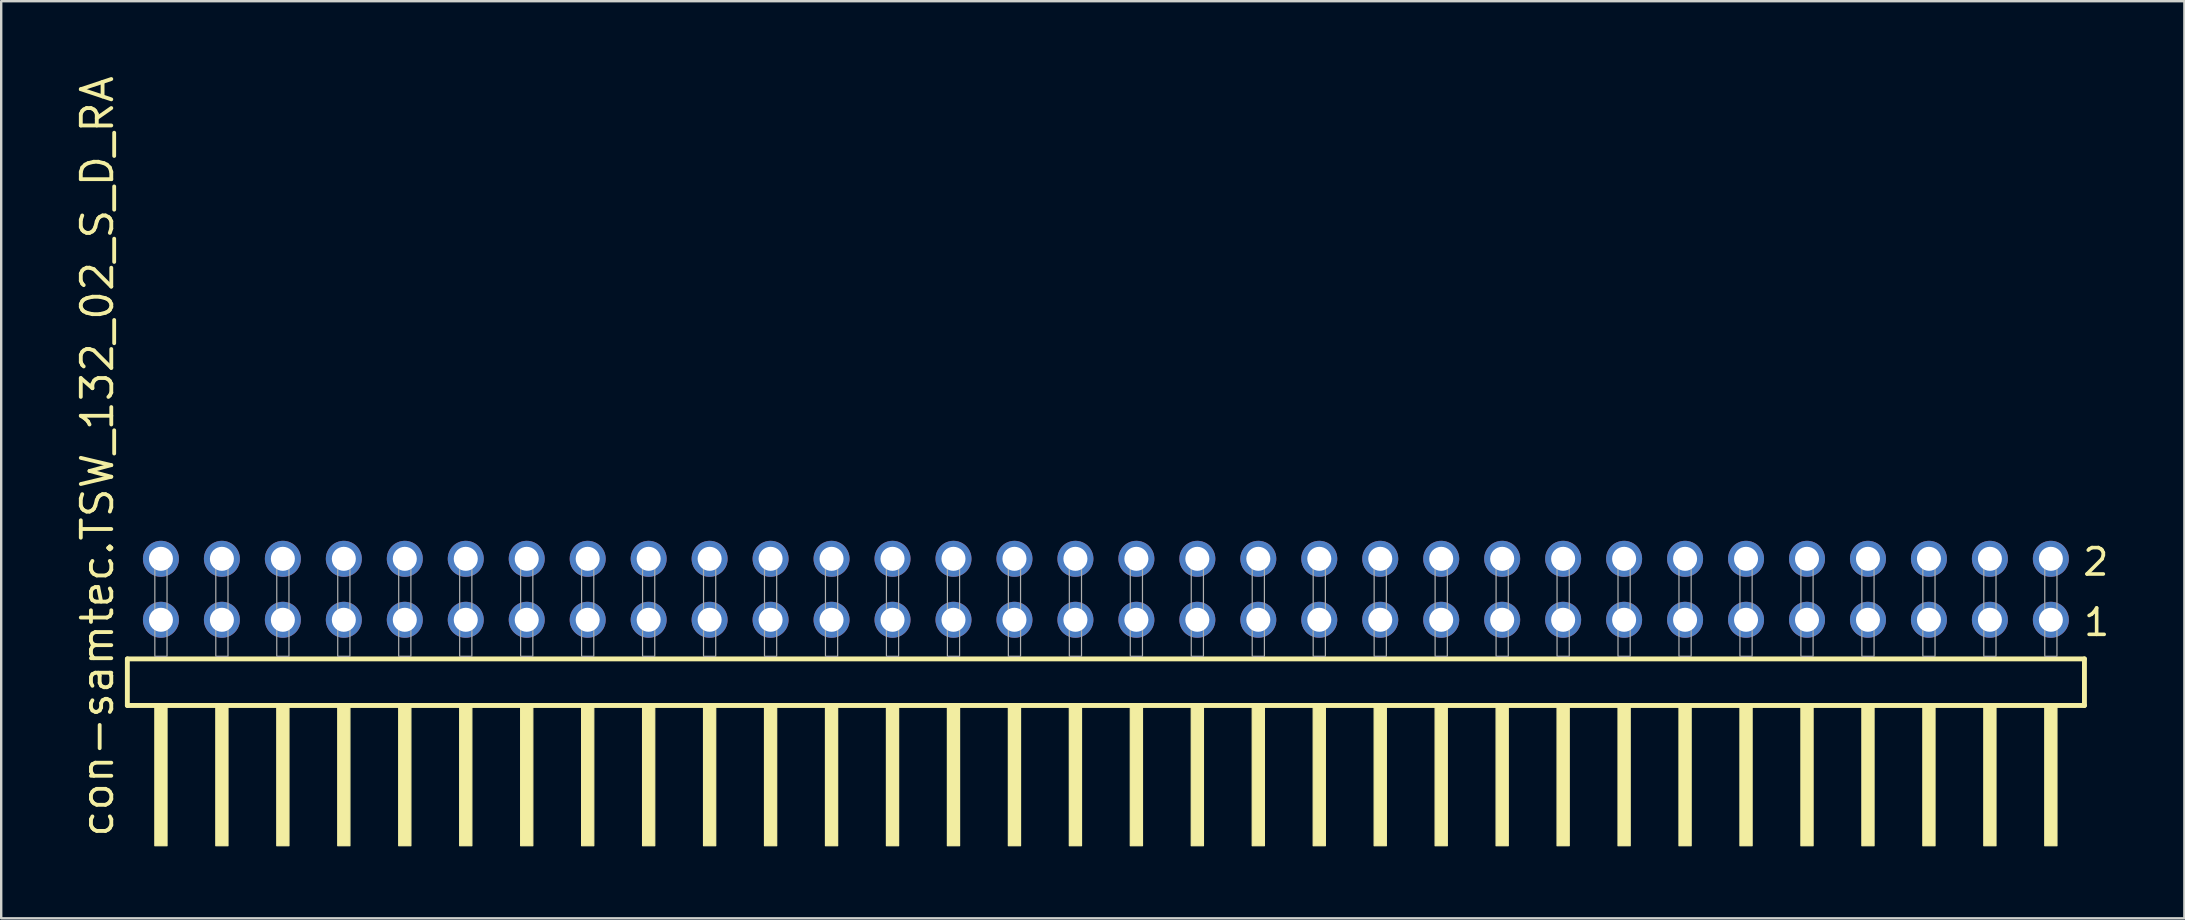
<source format=kicad_pcb>
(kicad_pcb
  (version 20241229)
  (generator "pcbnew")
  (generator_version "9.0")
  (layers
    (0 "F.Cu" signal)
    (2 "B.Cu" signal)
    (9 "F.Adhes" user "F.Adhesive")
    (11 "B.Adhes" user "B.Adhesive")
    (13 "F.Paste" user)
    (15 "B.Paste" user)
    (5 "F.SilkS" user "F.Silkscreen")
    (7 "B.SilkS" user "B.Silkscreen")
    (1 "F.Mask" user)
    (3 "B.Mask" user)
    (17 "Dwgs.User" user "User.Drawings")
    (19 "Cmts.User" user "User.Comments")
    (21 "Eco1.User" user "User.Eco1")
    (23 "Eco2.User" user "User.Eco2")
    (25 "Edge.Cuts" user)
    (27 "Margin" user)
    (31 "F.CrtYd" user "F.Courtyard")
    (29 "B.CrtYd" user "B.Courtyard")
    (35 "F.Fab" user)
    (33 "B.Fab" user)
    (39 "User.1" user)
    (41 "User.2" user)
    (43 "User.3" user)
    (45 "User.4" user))
  (footprint "con-samtec.TSW_132_02_S_D_RA"
    (layer "F.Cu")
    (at 43.025 24.296)
    (property "Reference" "con-samtec.TSW_132_02_S_D_RA" (at -41.275 7.62 90) (layer "F.SilkS") (effects (font (size 1.27 1.27) (thickness 0.16)) (justify left bottom)))
    (attr through_hole)
    (fp_line (start -40.769 0.106) (end -40.769 2.046) (stroke (width 0.203) (type default)) (layer "F.SilkS"))
    (fp_line (start -40.769 2.046) (end 40.769 2.046) (stroke (width 0.203) (type default)) (layer "F.SilkS"))
    (fp_line (start 40.769 0.106) (end -40.769 0.106) (stroke (width 0.203) (type default)) (layer "F.SilkS"))
    (fp_line (start 40.769 2.046) (end 40.769 0.106) (stroke (width 0.203) (type default)) (layer "F.SilkS"))
    (fp_rect (start -39.624 7.89) (end -39.116 2.04) (stroke (width 0.05) (type default)) (fill yes) (layer "F.SilkS"))
    (fp_rect (start -37.084 7.89) (end -36.576 2.04) (stroke (width 0.05) (type default)) (fill yes) (layer "F.SilkS"))
    (fp_rect (start -34.544 7.89) (end -34.036 2.04) (stroke (width 0.05) (type default)) (fill yes) (layer "F.SilkS"))
    (fp_rect (start -32.004 7.89) (end -31.496 2.04) (stroke (width 0.05) (type default)) (fill yes) (layer "F.SilkS"))
    (fp_rect (start -29.464 7.89) (end -28.956 2.04) (stroke (width 0.05) (type default)) (fill yes) (layer "F.SilkS"))
    (fp_rect (start -26.924 7.89) (end -26.416 2.04) (stroke (width 0.05) (type default)) (fill yes) (layer "F.SilkS"))
    (fp_rect (start -24.384 7.89) (end -23.876 2.04) (stroke (width 0.05) (type default)) (fill yes) (layer "F.SilkS"))
    (fp_rect (start -21.844 7.89) (end -21.336 2.04) (stroke (width 0.05) (type default)) (fill yes) (layer "F.SilkS"))
    (fp_rect (start -19.304 7.89) (end -18.796 2.04) (stroke (width 0.05) (type default)) (fill yes) (layer "F.SilkS"))
    (fp_rect (start -16.764 7.89) (end -16.256 2.04) (stroke (width 0.05) (type default)) (fill yes) (layer "F.SilkS"))
    (fp_rect (start -14.224 7.89) (end -13.716 2.04) (stroke (width 0.05) (type default)) (fill yes) (layer "F.SilkS"))
    (fp_rect (start -11.684 7.89) (end -11.176 2.04) (stroke (width 0.05) (type default)) (fill yes) (layer "F.SilkS"))
    (fp_rect (start -9.144 7.89) (end -8.636 2.04) (stroke (width 0.05) (type default)) (fill yes) (layer "F.SilkS"))
    (fp_rect (start -6.604 7.89) (end -6.096 2.04) (stroke (width 0.05) (type default)) (fill yes) (layer "F.SilkS"))
    (fp_rect (start -4.064 7.89) (end -3.556 2.04) (stroke (width 0.05) (type default)) (fill yes) (layer "F.SilkS"))
    (fp_rect (start -1.524 7.89) (end -1.016 2.04) (stroke (width 0.05) (type default)) (fill yes) (layer "F.SilkS"))
    (fp_rect (start 1.016 7.89) (end 1.524 2.04) (stroke (width 0.05) (type default)) (fill yes) (layer "F.SilkS"))
    (fp_rect (start 3.556 7.89) (end 4.064 2.04) (stroke (width 0.05) (type default)) (fill yes) (layer "F.SilkS"))
    (fp_rect (start 6.096 7.89) (end 6.604 2.04) (stroke (width 0.05) (type default)) (fill yes) (layer "F.SilkS"))
    (fp_rect (start 8.636 7.89) (end 9.144 2.04) (stroke (width 0.05) (type default)) (fill yes) (layer "F.SilkS"))
    (fp_rect (start 11.176 7.89) (end 11.684 2.04) (stroke (width 0.05) (type default)) (fill yes) (layer "F.SilkS"))
    (fp_rect (start 13.716 7.89) (end 14.224 2.04) (stroke (width 0.05) (type default)) (fill yes) (layer "F.SilkS"))
    (fp_rect (start 16.256 7.89) (end 16.764 2.04) (stroke (width 0.05) (type default)) (fill yes) (layer "F.SilkS"))
    (fp_rect (start 18.796 7.89) (end 19.304 2.04) (stroke (width 0.05) (type default)) (fill yes) (layer "F.SilkS"))
    (fp_rect (start 21.336 7.89) (end 21.844 2.04) (stroke (width 0.05) (type default)) (fill yes) (layer "F.SilkS"))
    (fp_rect (start 23.876 7.89) (end 24.384 2.04) (stroke (width 0.05) (type default)) (fill yes) (layer "F.SilkS"))
    (fp_rect (start 26.416 7.89) (end 26.924 2.04) (stroke (width 0.05) (type default)) (fill yes) (layer "F.SilkS"))
    (fp_rect (start 28.956 7.89) (end 29.464 2.04) (stroke (width 0.05) (type default)) (fill yes) (layer "F.SilkS"))
    (fp_rect (start 31.496 7.89) (end 32.004 2.04) (stroke (width 0.05) (type default)) (fill yes) (layer "F.SilkS"))
    (fp_rect (start 34.036 7.89) (end 34.544 2.04) (stroke (width 0.05) (type default)) (fill yes) (layer "F.SilkS"))
    (fp_rect (start 36.576 7.89) (end 37.084 2.04) (stroke (width 0.05) (type default)) (fill yes) (layer "F.SilkS"))
    (fp_rect (start 39.116 7.89) (end 39.624 2.04) (stroke (width 0.05) (type default)) (fill yes) (layer "F.SilkS"))
    (fp_rect (start -39.624 0) (end -39.116 -4.318) (stroke (width 0.05) (type default)) (fill no) (layer "F.Fab"))
    (fp_rect (start -37.084 0) (end -36.576 -4.318) (stroke (width 0.05) (type default)) (fill no) (layer "F.Fab"))
    (fp_rect (start -34.544 0) (end -34.036 -4.318) (stroke (width 0.05) (type default)) (fill no) (layer "F.Fab"))
    (fp_rect (start -32.004 0) (end -31.496 -4.318) (stroke (width 0.05) (type default)) (fill no) (layer "F.Fab"))
    (fp_rect (start -29.464 0) (end -28.956 -4.318) (stroke (width 0.05) (type default)) (fill no) (layer "F.Fab"))
    (fp_rect (start -26.924 0) (end -26.416 -4.318) (stroke (width 0.05) (type default)) (fill no) (layer "F.Fab"))
    (fp_rect (start -24.384 0) (end -23.876 -4.318) (stroke (width 0.05) (type default)) (fill no) (layer "F.Fab"))
    (fp_rect (start -21.844 0) (end -21.336 -4.318) (stroke (width 0.05) (type default)) (fill no) (layer "F.Fab"))
    (fp_rect (start -19.304 0) (end -18.796 -4.318) (stroke (width 0.05) (type default)) (fill no) (layer "F.Fab"))
    (fp_rect (start -16.764 0) (end -16.256 -4.318) (stroke (width 0.05) (type default)) (fill no) (layer "F.Fab"))
    (fp_rect (start -14.224 0) (end -13.716 -4.318) (stroke (width 0.05) (type default)) (fill no) (layer "F.Fab"))
    (fp_rect (start -11.684 0) (end -11.176 -4.318) (stroke (width 0.05) (type default)) (fill no) (layer "F.Fab"))
    (fp_rect (start -9.144 0) (end -8.636 -4.318) (stroke (width 0.05) (type default)) (fill no) (layer "F.Fab"))
    (fp_rect (start -6.604 0) (end -6.096 -4.318) (stroke (width 0.05) (type default)) (fill no) (layer "F.Fab"))
    (fp_rect (start -4.064 0) (end -3.556 -4.318) (stroke (width 0.05) (type default)) (fill no) (layer "F.Fab"))
    (fp_rect (start -1.524 0) (end -1.016 -4.318) (stroke (width 0.05) (type default)) (fill no) (layer "F.Fab"))
    (fp_rect (start 1.016 0) (end 1.524 -4.318) (stroke (width 0.05) (type default)) (fill no) (layer "F.Fab"))
    (fp_rect (start 3.556 0) (end 4.064 -4.318) (stroke (width 0.05) (type default)) (fill no) (layer "F.Fab"))
    (fp_rect (start 6.096 0) (end 6.604 -4.318) (stroke (width 0.05) (type default)) (fill no) (layer "F.Fab"))
    (fp_rect (start 8.636 0) (end 9.144 -4.318) (stroke (width 0.05) (type default)) (fill no) (layer "F.Fab"))
    (fp_rect (start 11.176 0) (end 11.684 -4.318) (stroke (width 0.05) (type default)) (fill no) (layer "F.Fab"))
    (fp_rect (start 13.716 0) (end 14.224 -4.318) (stroke (width 0.05) (type default)) (fill no) (layer "F.Fab"))
    (fp_rect (start 16.256 0) (end 16.764 -4.318) (stroke (width 0.05) (type default)) (fill no) (layer "F.Fab"))
    (fp_rect (start 18.796 0) (end 19.304 -4.318) (stroke (width 0.05) (type default)) (fill no) (layer "F.Fab"))
    (fp_rect (start 21.336 0) (end 21.844 -4.318) (stroke (width 0.05) (type default)) (fill no) (layer "F.Fab"))
    (fp_rect (start 23.876 0) (end 24.384 -4.318) (stroke (width 0.05) (type default)) (fill no) (layer "F.Fab"))
    (fp_rect (start 26.416 0) (end 26.924 -4.318) (stroke (width 0.05) (type default)) (fill no) (layer "F.Fab"))
    (fp_rect (start 28.956 0) (end 29.464 -4.318) (stroke (width 0.05) (type default)) (fill no) (layer "F.Fab"))
    (fp_rect (start 31.496 0) (end 32.004 -4.318) (stroke (width 0.05) (type default)) (fill no) (layer "F.Fab"))
    (fp_rect (start 34.036 0) (end 34.544 -4.318) (stroke (width 0.05) (type default)) (fill no) (layer "F.Fab"))
    (fp_rect (start 36.576 0) (end 37.084 -4.318) (stroke (width 0.05) (type default)) (fill no) (layer "F.Fab"))
    (fp_rect (start 39.116 0) (end 39.624 -4.318) (stroke (width 0.05) (type default)) (fill no) (layer "F.Fab"))
    (fp_text user "2" (at 40.62 -3.29 0) (layer "F.SilkS") (effects (font (size 1.1 1.1) (thickness 0.15)) (justify left bottom)))
    (fp_text user "1" (at 40.655 -0.775 0) (layer "F.SilkS") (effects (font (size 1.1 1.1) (thickness 0.15)) (justify left bottom)))
    (pad "1" thru_hole circle (at 39.37 -1.524 180) (size 1.5 1.5) (drill 1) (layers "*.Cu" "*.Mask"))
    (pad "2" thru_hole circle (at 39.37 -4.064 180) (size 1.5 1.5) (drill 1) (layers "*.Cu" "*.Mask"))
    (pad "3" thru_hole circle (at 36.83 -1.524 180) (size 1.5 1.5) (drill 1) (layers "*.Cu" "*.Mask"))
    (pad "4" thru_hole circle (at 36.83 -4.064 180) (size 1.5 1.5) (drill 1) (layers "*.Cu" "*.Mask"))
    (pad "5" thru_hole circle (at 34.29 -1.524 180) (size 1.5 1.5) (drill 1) (layers "*.Cu" "*.Mask"))
    (pad "6" thru_hole circle (at 34.29 -4.064 180) (size 1.5 1.5) (drill 1) (layers "*.Cu" "*.Mask"))
    (pad "7" thru_hole circle (at 31.75 -1.524 180) (size 1.5 1.5) (drill 1) (layers "*.Cu" "*.Mask"))
    (pad "8" thru_hole circle (at 31.75 -4.064 180) (size 1.5 1.5) (drill 1) (layers "*.Cu" "*.Mask"))
    (pad "9" thru_hole circle (at 29.21 -1.524 180) (size 1.5 1.5) (drill 1) (layers "*.Cu" "*.Mask"))
    (pad "10" thru_hole circle (at 29.21 -4.064 180) (size 1.5 1.5) (drill 1) (layers "*.Cu" "*.Mask"))
    (pad "11" thru_hole circle (at 26.67 -1.524 180) (size 1.5 1.5) (drill 1) (layers "*.Cu" "*.Mask"))
    (pad "12" thru_hole circle (at 26.67 -4.064 180) (size 1.5 1.5) (drill 1) (layers "*.Cu" "*.Mask"))
    (pad "13" thru_hole circle (at 24.13 -1.524 180) (size 1.5 1.5) (drill 1) (layers "*.Cu" "*.Mask"))
    (pad "14" thru_hole circle (at 24.13 -4.064 180) (size 1.5 1.5) (drill 1) (layers "*.Cu" "*.Mask"))
    (pad "15" thru_hole circle (at 21.59 -1.524 180) (size 1.5 1.5) (drill 1) (layers "*.Cu" "*.Mask"))
    (pad "16" thru_hole circle (at 21.59 -4.064 180) (size 1.5 1.5) (drill 1) (layers "*.Cu" "*.Mask"))
    (pad "17" thru_hole circle (at 19.05 -1.524 180) (size 1.5 1.5) (drill 1) (layers "*.Cu" "*.Mask"))
    (pad "18" thru_hole circle (at 19.05 -4.064 180) (size 1.5 1.5) (drill 1) (layers "*.Cu" "*.Mask"))
    (pad "19" thru_hole circle (at 16.51 -1.524 180) (size 1.5 1.5) (drill 1) (layers "*.Cu" "*.Mask"))
    (pad "20" thru_hole circle (at 16.51 -4.064 180) (size 1.5 1.5) (drill 1) (layers "*.Cu" "*.Mask"))
    (pad "21" thru_hole circle (at 13.97 -1.524 180) (size 1.5 1.5) (drill 1) (layers "*.Cu" "*.Mask"))
    (pad "22" thru_hole circle (at 13.97 -4.064 180) (size 1.5 1.5) (drill 1) (layers "*.Cu" "*.Mask"))
    (pad "23" thru_hole circle (at 11.43 -1.524 180) (size 1.5 1.5) (drill 1) (layers "*.Cu" "*.Mask"))
    (pad "24" thru_hole circle (at 11.43 -4.064 180) (size 1.5 1.5) (drill 1) (layers "*.Cu" "*.Mask"))
    (pad "25" thru_hole circle (at 8.89 -1.524 180) (size 1.5 1.5) (drill 1) (layers "*.Cu" "*.Mask"))
    (pad "26" thru_hole circle (at 8.89 -4.064 180) (size 1.5 1.5) (drill 1) (layers "*.Cu" "*.Mask"))
    (pad "27" thru_hole circle (at 6.35 -1.524 180) (size 1.5 1.5) (drill 1) (layers "*.Cu" "*.Mask"))
    (pad "28" thru_hole circle (at 6.35 -4.064 180) (size 1.5 1.5) (drill 1) (layers "*.Cu" "*.Mask"))
    (pad "29" thru_hole circle (at 3.81 -1.524 180) (size 1.5 1.5) (drill 1) (layers "*.Cu" "*.Mask"))
    (pad "30" thru_hole circle (at 3.81 -4.064 180) (size 1.5 1.5) (drill 1) (layers "*.Cu" "*.Mask"))
    (pad "31" thru_hole circle (at 1.27 -1.524 180) (size 1.5 1.5) (drill 1) (layers "*.Cu" "*.Mask"))
    (pad "32" thru_hole circle (at 1.27 -4.064 180) (size 1.5 1.5) (drill 1) (layers "*.Cu" "*.Mask"))
    (pad "33" thru_hole circle (at -1.27 -1.524 180) (size 1.5 1.5) (drill 1) (layers "*.Cu" "*.Mask"))
    (pad "34" thru_hole circle (at -1.27 -4.064 180) (size 1.5 1.5) (drill 1) (layers "*.Cu" "*.Mask"))
    (pad "35" thru_hole circle (at -3.81 -1.524 180) (size 1.5 1.5) (drill 1) (layers "*.Cu" "*.Mask"))
    (pad "36" thru_hole circle (at -3.81 -4.064 180) (size 1.5 1.5) (drill 1) (layers "*.Cu" "*.Mask"))
    (pad "37" thru_hole circle (at -6.35 -1.524 180) (size 1.5 1.5) (drill 1) (layers "*.Cu" "*.Mask"))
    (pad "38" thru_hole circle (at -6.35 -4.064 180) (size 1.5 1.5) (drill 1) (layers "*.Cu" "*.Mask"))
    (pad "39" thru_hole circle (at -8.89 -1.524 180) (size 1.5 1.5) (drill 1) (layers "*.Cu" "*.Mask"))
    (pad "40" thru_hole circle (at -8.89 -4.064 180) (size 1.5 1.5) (drill 1) (layers "*.Cu" "*.Mask"))
    (pad "41" thru_hole circle (at -11.43 -1.524 180) (size 1.5 1.5) (drill 1) (layers "*.Cu" "*.Mask"))
    (pad "42" thru_hole circle (at -11.43 -4.064 180) (size 1.5 1.5) (drill 1) (layers "*.Cu" "*.Mask"))
    (pad "43" thru_hole circle (at -13.97 -1.524 180) (size 1.5 1.5) (drill 1) (layers "*.Cu" "*.Mask"))
    (pad "44" thru_hole circle (at -13.97 -4.064 180) (size 1.5 1.5) (drill 1) (layers "*.Cu" "*.Mask"))
    (pad "45" thru_hole circle (at -16.51 -1.524 180) (size 1.5 1.5) (drill 1) (layers "*.Cu" "*.Mask"))
    (pad "46" thru_hole circle (at -16.51 -4.064 180) (size 1.5 1.5) (drill 1) (layers "*.Cu" "*.Mask"))
    (pad "47" thru_hole circle (at -19.05 -1.524 180) (size 1.5 1.5) (drill 1) (layers "*.Cu" "*.Mask"))
    (pad "48" thru_hole circle (at -19.05 -4.064 180) (size 1.5 1.5) (drill 1) (layers "*.Cu" "*.Mask"))
    (pad "49" thru_hole circle (at -21.59 -1.524 180) (size 1.5 1.5) (drill 1) (layers "*.Cu" "*.Mask"))
    (pad "50" thru_hole circle (at -21.59 -4.064 180) (size 1.5 1.5) (drill 1) (layers "*.Cu" "*.Mask"))
    (pad "51" thru_hole circle (at -24.13 -1.524 180) (size 1.5 1.5) (drill 1) (layers "*.Cu" "*.Mask"))
    (pad "52" thru_hole circle (at -24.13 -4.064 180) (size 1.5 1.5) (drill 1) (layers "*.Cu" "*.Mask"))
    (pad "53" thru_hole circle (at -26.67 -1.524 180) (size 1.5 1.5) (drill 1) (layers "*.Cu" "*.Mask"))
    (pad "54" thru_hole circle (at -26.67 -4.064 180) (size 1.5 1.5) (drill 1) (layers "*.Cu" "*.Mask"))
    (pad "55" thru_hole circle (at -29.21 -1.524 180) (size 1.5 1.5) (drill 1) (layers "*.Cu" "*.Mask"))
    (pad "56" thru_hole circle (at -29.21 -4.064 180) (size 1.5 1.5) (drill 1) (layers "*.Cu" "*.Mask"))
    (pad "57" thru_hole circle (at -31.75 -1.524 180) (size 1.5 1.5) (drill 1) (layers "*.Cu" "*.Mask"))
    (pad "58" thru_hole circle (at -31.75 -4.064 180) (size 1.5 1.5) (drill 1) (layers "*.Cu" "*.Mask"))
    (pad "59" thru_hole circle (at -34.29 -1.524 180) (size 1.5 1.5) (drill 1) (layers "*.Cu" "*.Mask"))
    (pad "60" thru_hole circle (at -34.29 -4.064 180) (size 1.5 1.5) (drill 1) (layers "*.Cu" "*.Mask"))
    (pad "61" thru_hole circle (at -36.83 -1.524 180) (size 1.5 1.5) (drill 1) (layers "*.Cu" "*.Mask"))
    (pad "62" thru_hole circle (at -36.83 -4.064 180) (size 1.5 1.5) (drill 1) (layers "*.Cu" "*.Mask"))
    (pad "63" thru_hole circle (at -39.37 -1.524 180) (size 1.5 1.5) (drill 1) (layers "*.Cu" "*.Mask"))
    (pad "64" thru_hole circle (at -39.37 -4.064 180) (size 1.5 1.5) (drill 1) (layers "*.Cu" "*.Mask")))
  (gr_rect
    (start -3 -3)
    (end 87.958 35.211)
    (stroke (width 0.1) (type default))
    (fill no)
    (layer "Edge.Cuts")))
</source>
